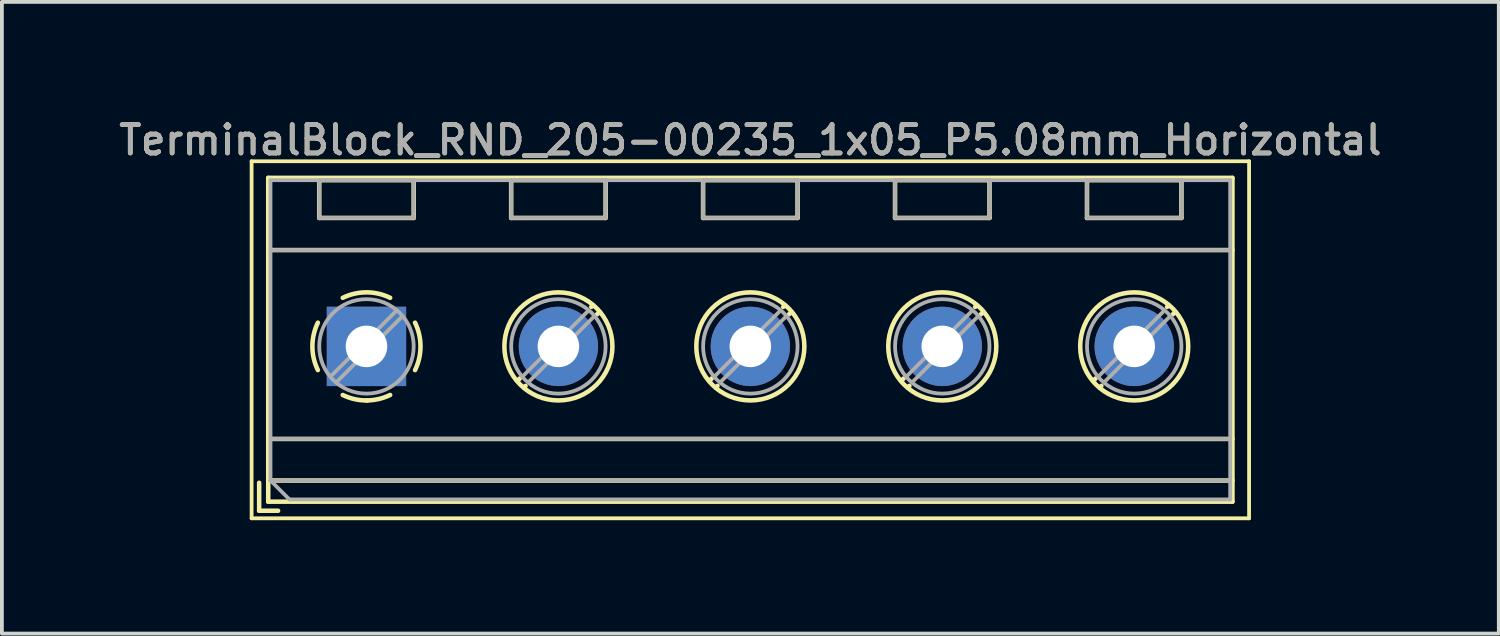
<source format=kicad_pcb>
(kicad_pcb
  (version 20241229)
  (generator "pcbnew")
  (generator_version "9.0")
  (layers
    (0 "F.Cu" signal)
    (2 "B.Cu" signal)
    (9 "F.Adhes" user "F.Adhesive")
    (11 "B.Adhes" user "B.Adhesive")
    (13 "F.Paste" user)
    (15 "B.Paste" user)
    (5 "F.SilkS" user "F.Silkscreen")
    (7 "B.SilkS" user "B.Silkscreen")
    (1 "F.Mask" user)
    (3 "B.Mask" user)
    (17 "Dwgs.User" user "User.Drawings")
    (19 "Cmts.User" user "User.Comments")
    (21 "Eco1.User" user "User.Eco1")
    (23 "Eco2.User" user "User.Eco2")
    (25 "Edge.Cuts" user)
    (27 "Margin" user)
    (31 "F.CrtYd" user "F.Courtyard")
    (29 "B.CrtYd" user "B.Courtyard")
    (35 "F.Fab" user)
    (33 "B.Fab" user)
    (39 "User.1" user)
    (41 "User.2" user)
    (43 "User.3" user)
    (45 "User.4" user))
  (footprint "TerminalBlock_RND_205-00235_1x05_P5.08mm_Horizontal"
    (layer "F.Cu")
    (at 6.649 6.118)
    (property "Reference" "TerminalBlock_RND_205-00235_1x05_P5.08mm_Horizontal" (at 10.16 -5.46 0) (layer "F.SilkS") (effects (font (size 0.75 0.75) (thickness 0.125))))
    (attr through_hole)
    (fp_line (start -3.04 -4.9) (end -3.04 4.55) (stroke (width 0.1) (type solid)) (layer "F.SilkS"))
    (fp_line (start -3.04 4.55) (end 23.36 4.55) (stroke (width 0.1) (type solid)) (layer "F.SilkS"))
    (fp_line (start -2.84 3.61) (end -2.84 4.35) (stroke (width 0.12) (type solid)) (layer "F.SilkS"))
    (fp_line (start -2.84 4.35) (end -2.34 4.35) (stroke (width 0.12) (type solid)) (layer "F.SilkS"))
    (fp_line (start -2.6 -4.46) (end -2.6 4.11) (stroke (width 0.12) (type solid)) (layer "F.SilkS"))
    (fp_line (start -2.6 -4.46) (end 22.92 -4.46) (stroke (width 0.12) (type solid)) (layer "F.SilkS"))
    (fp_line (start -2.6 -2.55) (end 22.92 -2.55) (stroke (width 0.12) (type solid)) (layer "F.SilkS"))
    (fp_line (start -2.6 2.45) (end 22.92 2.45) (stroke (width 0.12) (type solid)) (layer "F.SilkS"))
    (fp_line (start -2.6 3.55) (end 22.92 3.55) (stroke (width 0.12) (type solid)) (layer "F.SilkS"))
    (fp_line (start -2.6 4.11) (end 22.92 4.11) (stroke (width 0.12) (type solid)) (layer "F.SilkS"))
    (fp_line (start -1.25 -4.4) (end -1.25 -3.4) (stroke (width 0.12) (type solid)) (layer "F.SilkS"))
    (fp_line (start -1.25 -4.4) (end 1.25 -4.4) (stroke (width 0.12) (type solid)) (layer "F.SilkS"))
    (fp_line (start -1.25 -3.4) (end 1.25 -3.4) (stroke (width 0.12) (type solid)) (layer "F.SilkS"))
    (fp_line (start 1.25 -4.4) (end 1.25 -3.4) (stroke (width 0.12) (type solid)) (layer "F.SilkS"))
    (fp_line (start 3.83 -4.4) (end 3.83 -3.4) (stroke (width 0.12) (type solid)) (layer "F.SilkS"))
    (fp_line (start 3.83 -4.4) (end 6.33 -4.4) (stroke (width 0.12) (type solid)) (layer "F.SilkS"))
    (fp_line (start 3.83 -3.4) (end 6.33 -3.4) (stroke (width 0.12) (type solid)) (layer "F.SilkS"))
    (fp_line (start 4.056 0.85) (end 3.996 0.91) (stroke (width 0.12) (type solid)) (layer "F.SilkS"))
    (fp_line (start 4.21 1.045) (end 4.17 1.085) (stroke (width 0.12) (type solid)) (layer "F.SilkS"))
    (fp_line (start 5.991 -1.085) (end 5.951 -1.045) (stroke (width 0.12) (type solid)) (layer "F.SilkS"))
    (fp_line (start 6.165 -0.91) (end 6.105 -0.851) (stroke (width 0.12) (type solid)) (layer "F.SilkS"))
    (fp_line (start 6.33 -4.4) (end 6.33 -3.4) (stroke (width 0.12) (type solid)) (layer "F.SilkS"))
    (fp_line (start 8.91 -4.4) (end 8.91 -3.4) (stroke (width 0.12) (type solid)) (layer "F.SilkS"))
    (fp_line (start 8.91 -4.4) (end 11.41 -4.4) (stroke (width 0.12) (type solid)) (layer "F.SilkS"))
    (fp_line (start 8.91 -3.4) (end 11.41 -3.4) (stroke (width 0.12) (type solid)) (layer "F.SilkS"))
    (fp_line (start 9.136 0.85) (end 9.076 0.91) (stroke (width 0.12) (type solid)) (layer "F.SilkS"))
    (fp_line (start 9.29 1.045) (end 9.25 1.085) (stroke (width 0.12) (type solid)) (layer "F.SilkS"))
    (fp_line (start 11.071 -1.085) (end 11.031 -1.045) (stroke (width 0.12) (type solid)) (layer "F.SilkS"))
    (fp_line (start 11.245 -0.91) (end 11.185 -0.851) (stroke (width 0.12) (type solid)) (layer "F.SilkS"))
    (fp_line (start 11.41 -4.4) (end 11.41 -3.4) (stroke (width 0.12) (type solid)) (layer "F.SilkS"))
    (fp_line (start 13.99 -4.4) (end 13.99 -3.4) (stroke (width 0.12) (type solid)) (layer "F.SilkS"))
    (fp_line (start 13.99 -4.4) (end 16.49 -4.4) (stroke (width 0.12) (type solid)) (layer "F.SilkS"))
    (fp_line (start 13.99 -3.4) (end 16.49 -3.4) (stroke (width 0.12) (type solid)) (layer "F.SilkS"))
    (fp_line (start 14.216 0.85) (end 14.156 0.91) (stroke (width 0.12) (type solid)) (layer "F.SilkS"))
    (fp_line (start 14.37 1.045) (end 14.33 1.085) (stroke (width 0.12) (type solid)) (layer "F.SilkS"))
    (fp_line (start 16.151 -1.085) (end 16.111 -1.045) (stroke (width 0.12) (type solid)) (layer "F.SilkS"))
    (fp_line (start 16.325 -0.91) (end 16.265 -0.851) (stroke (width 0.12) (type solid)) (layer "F.SilkS"))
    (fp_line (start 16.49 -4.4) (end 16.49 -3.4) (stroke (width 0.12) (type solid)) (layer "F.SilkS"))
    (fp_line (start 19.07 -4.4) (end 19.07 -3.4) (stroke (width 0.12) (type solid)) (layer "F.SilkS"))
    (fp_line (start 19.07 -4.4) (end 21.57 -4.4) (stroke (width 0.12) (type solid)) (layer "F.SilkS"))
    (fp_line (start 19.07 -3.4) (end 21.57 -3.4) (stroke (width 0.12) (type solid)) (layer "F.SilkS"))
    (fp_line (start 19.296 0.85) (end 19.236 0.91) (stroke (width 0.12) (type solid)) (layer "F.SilkS"))
    (fp_line (start 19.45 1.045) (end 19.41 1.085) (stroke (width 0.12) (type solid)) (layer "F.SilkS"))
    (fp_line (start 21.231 -1.085) (end 21.191 -1.045) (stroke (width 0.12) (type solid)) (layer "F.SilkS"))
    (fp_line (start 21.405 -0.91) (end 21.345 -0.851) (stroke (width 0.12) (type solid)) (layer "F.SilkS"))
    (fp_line (start 21.57 -4.4) (end 21.57 -3.4) (stroke (width 0.12) (type solid)) (layer "F.SilkS"))
    (fp_line (start 22.92 -4.46) (end 22.92 4.11) (stroke (width 0.12) (type solid)) (layer "F.SilkS"))
    (fp_line (start 23.36 -4.9) (end -3.04 -4.9) (stroke (width 0.1) (type solid)) (layer "F.SilkS"))
    (fp_line (start 23.36 4.55) (end 23.36 -4.9) (stroke (width 0.1) (type solid)) (layer "F.SilkS"))
    (fp_arc (start -1.286611 0.626746) (mid -1.431146 -0.000697) (end -1.286 -0.628) (stroke (width 0.12) (type solid)) (layer "F.SilkS"))
    (fp_arc (start -0.627362 -1.285823) (mid -0.000201 -1.430707) (end 0.627 -1.286) (stroke (width 0.12) (type solid)) (layer "F.SilkS"))
    (fp_arc (start 0.02428 1.43094) (mid -0.310437 1.397071) (end -0.628 1.286) (stroke (width 0.12) (type solid)) (layer "F.SilkS"))
    (fp_arc (start 0.626871 1.285275) (mid 0.32168 1.393349) (end 0 1.43) (stroke (width 0.12) (type solid)) (layer "F.SilkS"))
    (fp_arc (start 1.285823 -0.627362) (mid 1.430707 -0.000201) (end 1.286 0.627) (stroke (width 0.12) (type solid)) (layer "F.SilkS"))
    (fp_circle (center 5.08 0) (end 6.51 0) (stroke (width 0.12) (type solid)) (fill no) (layer "F.SilkS"))
    (fp_circle (center 10.16 0) (end 11.59 0) (stroke (width 0.12) (type solid)) (fill no) (layer "F.SilkS"))
    (fp_circle (center 15.24 0) (end 16.67 0) (stroke (width 0.12) (type solid)) (fill no) (layer "F.SilkS"))
    (fp_circle (center 20.32 0) (end 21.75 0) (stroke (width 0.12) (type solid)) (fill no) (layer "F.SilkS"))
    (fp_line (start -2.54 -4.4) (end 22.86 -4.4) (stroke (width 0.1) (type solid)) (layer "F.Fab"))
    (fp_line (start -2.54 -2.55) (end 22.86 -2.55) (stroke (width 0.1) (type solid)) (layer "F.Fab"))
    (fp_line (start -2.54 2.45) (end 22.86 2.45) (stroke (width 0.1) (type solid)) (layer "F.Fab"))
    (fp_line (start -2.54 3.55) (end -2.54 -4.4) (stroke (width 0.1) (type solid)) (layer "F.Fab"))
    (fp_line (start -2.54 3.55) (end 22.86 3.55) (stroke (width 0.1) (type solid)) (layer "F.Fab"))
    (fp_line (start -2.04 4.05) (end -2.54 3.55) (stroke (width 0.1) (type solid)) (layer "F.Fab"))
    (fp_line (start -1.25 -4.4) (end -1.25 -3.4) (stroke (width 0.1) (type solid)) (layer "F.Fab"))
    (fp_line (start -1.25 -3.4) (end 1.25 -3.4) (stroke (width 0.1) (type solid)) (layer "F.Fab"))
    (fp_line (start 0.796 -0.948) (end -0.949 0.796) (stroke (width 0.1) (type solid)) (layer "F.Fab"))
    (fp_line (start 0.949 -0.796) (end -0.796 0.948) (stroke (width 0.1) (type solid)) (layer "F.Fab"))
    (fp_line (start 1.25 -4.4) (end -1.25 -4.4) (stroke (width 0.1) (type solid)) (layer "F.Fab"))
    (fp_line (start 1.25 -3.4) (end 1.25 -4.4) (stroke (width 0.1) (type solid)) (layer "F.Fab"))
    (fp_line (start 3.83 -4.4) (end 3.83 -3.4) (stroke (width 0.1) (type solid)) (layer "F.Fab"))
    (fp_line (start 3.83 -3.4) (end 6.33 -3.4) (stroke (width 0.1) (type solid)) (layer "F.Fab"))
    (fp_line (start 5.876 -0.948) (end 4.132 0.796) (stroke (width 0.1) (type solid)) (layer "F.Fab"))
    (fp_line (start 6.029 -0.796) (end 4.285 0.948) (stroke (width 0.1) (type solid)) (layer "F.Fab"))
    (fp_line (start 6.33 -4.4) (end 3.83 -4.4) (stroke (width 0.1) (type solid)) (layer "F.Fab"))
    (fp_line (start 6.33 -3.4) (end 6.33 -4.4) (stroke (width 0.1) (type solid)) (layer "F.Fab"))
    (fp_line (start 8.91 -4.4) (end 8.91 -3.4) (stroke (width 0.1) (type solid)) (layer "F.Fab"))
    (fp_line (start 8.91 -3.4) (end 11.41 -3.4) (stroke (width 0.1) (type solid)) (layer "F.Fab"))
    (fp_line (start 10.956 -0.948) (end 9.212 0.796) (stroke (width 0.1) (type solid)) (layer "F.Fab"))
    (fp_line (start 11.109 -0.796) (end 9.365 0.948) (stroke (width 0.1) (type solid)) (layer "F.Fab"))
    (fp_line (start 11.41 -4.4) (end 8.91 -4.4) (stroke (width 0.1) (type solid)) (layer "F.Fab"))
    (fp_line (start 11.41 -3.4) (end 11.41 -4.4) (stroke (width 0.1) (type solid)) (layer "F.Fab"))
    (fp_line (start 13.99 -4.4) (end 13.99 -3.4) (stroke (width 0.1) (type solid)) (layer "F.Fab"))
    (fp_line (start 13.99 -3.4) (end 16.49 -3.4) (stroke (width 0.1) (type solid)) (layer "F.Fab"))
    (fp_line (start 16.036 -0.948) (end 14.292 0.796) (stroke (width 0.1) (type solid)) (layer "F.Fab"))
    (fp_line (start 16.189 -0.796) (end 14.445 0.948) (stroke (width 0.1) (type solid)) (layer "F.Fab"))
    (fp_line (start 16.49 -4.4) (end 13.99 -4.4) (stroke (width 0.1) (type solid)) (layer "F.Fab"))
    (fp_line (start 16.49 -3.4) (end 16.49 -4.4) (stroke (width 0.1) (type solid)) (layer "F.Fab"))
    (fp_line (start 19.07 -4.4) (end 19.07 -3.4) (stroke (width 0.1) (type solid)) (layer "F.Fab"))
    (fp_line (start 19.07 -3.4) (end 21.57 -3.4) (stroke (width 0.1) (type solid)) (layer "F.Fab"))
    (fp_line (start 21.116 -0.948) (end 19.372 0.796) (stroke (width 0.1) (type solid)) (layer "F.Fab"))
    (fp_line (start 21.269 -0.796) (end 19.525 0.948) (stroke (width 0.1) (type solid)) (layer "F.Fab"))
    (fp_line (start 21.57 -4.4) (end 19.07 -4.4) (stroke (width 0.1) (type solid)) (layer "F.Fab"))
    (fp_line (start 21.57 -3.4) (end 21.57 -4.4) (stroke (width 0.1) (type solid)) (layer "F.Fab"))
    (fp_line (start 22.86 -4.4) (end 22.86 4.05) (stroke (width 0.1) (type solid)) (layer "F.Fab"))
    (fp_line (start 22.86 4.05) (end -2.04 4.05) (stroke (width 0.1) (type solid)) (layer "F.Fab"))
    (fp_circle (center 0 0) (end 1.25 0) (stroke (width 0.1) (type solid)) (fill no) (layer "F.Fab"))
    (fp_circle (center 5.08 0) (end 6.33 0) (stroke (width 0.1) (type solid)) (fill no) (layer "F.Fab"))
    (fp_circle (center 10.16 0) (end 11.41 0) (stroke (width 0.1) (type solid)) (fill no) (layer "F.Fab"))
    (fp_circle (center 15.24 0) (end 16.49 0) (stroke (width 0.1) (type solid)) (fill no) (layer "F.Fab"))
    (fp_circle (center 20.32 0) (end 21.57 0) (stroke (width 0.1) (type solid)) (fill no) (layer "F.Fab"))
    (fp_text user "${REFERENCE}" (at 10.16 -5.46 0) (layer "F.Fab") (effects (font (size 0.75 0.75) (thickness 0.125))))
    (pad "1" thru_hole rect (at 0 0) (size 2.1 2.1) (drill 1.1) (layers "*.Cu" "*.Mask"))
    (pad "2" thru_hole circle (at 5.08 0) (size 2.1 2.1) (drill 1.1) (layers "*.Cu" "*.Mask"))
    (pad "3" thru_hole circle (at 10.16 0) (size 2.1 2.1) (drill 1.1) (layers "*.Cu" "*.Mask"))
    (pad "4" thru_hole circle (at 15.24 0) (size 2.1 2.1) (drill 1.1) (layers "*.Cu" "*.Mask"))
    (pad "5" thru_hole circle (at 20.32 0) (size 2.1 2.1) (drill 1.1) (layers "*.Cu" "*.Mask")))
  (gr_rect
    (start -3 -3)
    (end 36.618 13.718)
    (stroke (width 0.1) (type default))
    (fill no)
    (layer "Edge.Cuts")))
</source>
